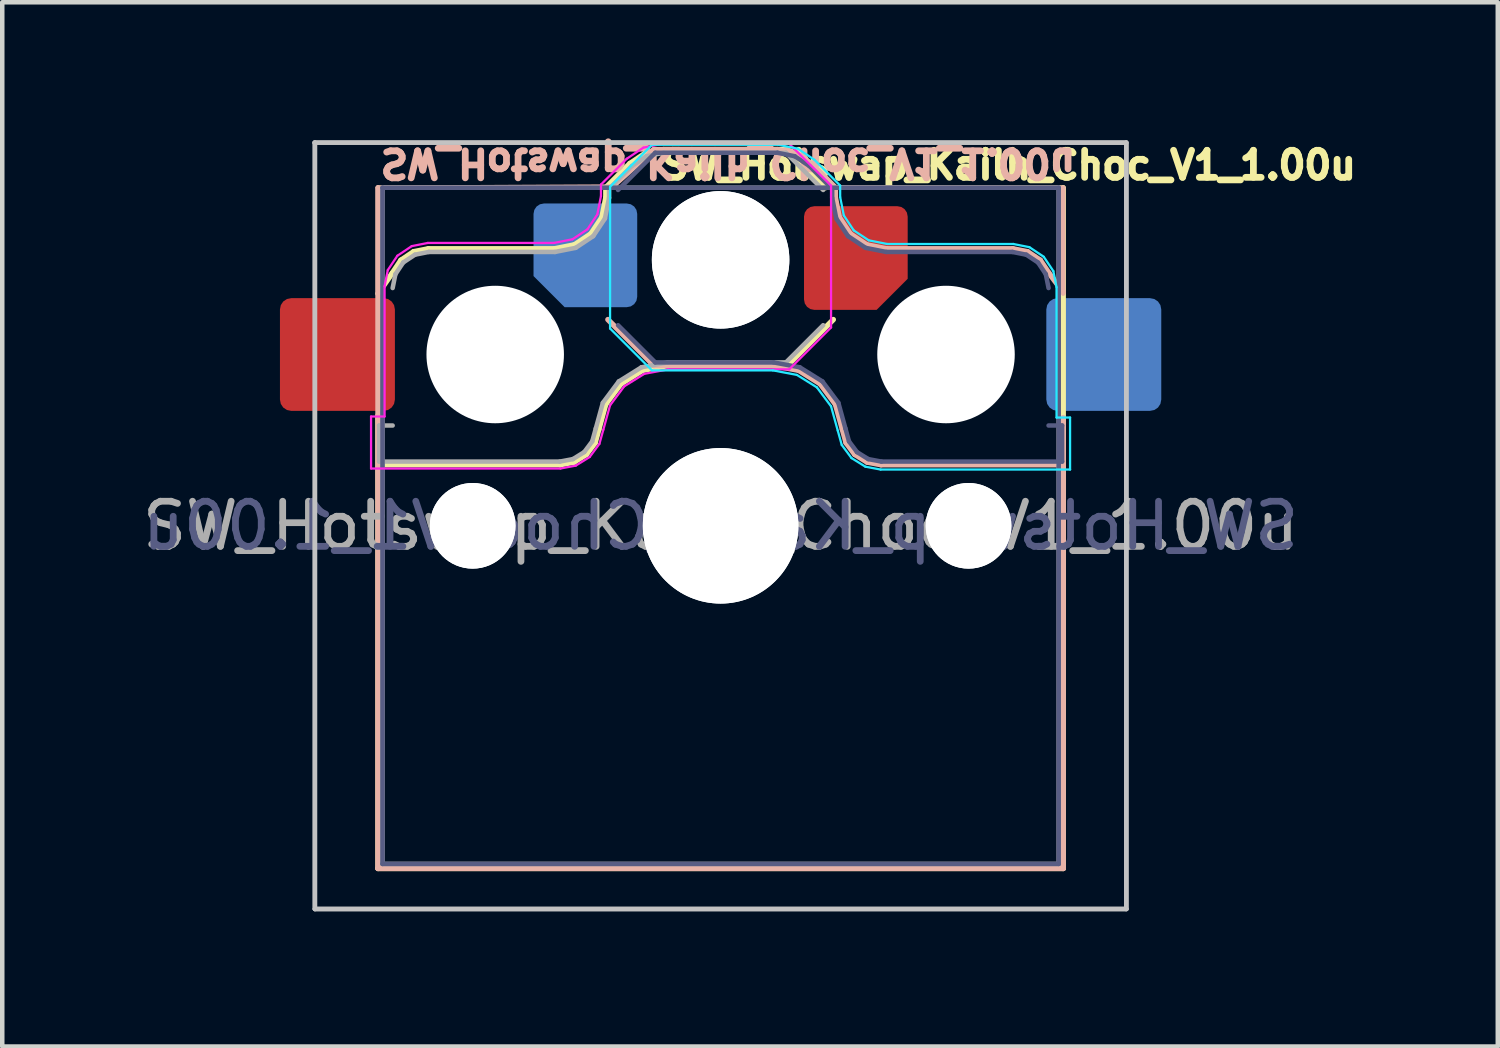
<source format=kicad_pcb>
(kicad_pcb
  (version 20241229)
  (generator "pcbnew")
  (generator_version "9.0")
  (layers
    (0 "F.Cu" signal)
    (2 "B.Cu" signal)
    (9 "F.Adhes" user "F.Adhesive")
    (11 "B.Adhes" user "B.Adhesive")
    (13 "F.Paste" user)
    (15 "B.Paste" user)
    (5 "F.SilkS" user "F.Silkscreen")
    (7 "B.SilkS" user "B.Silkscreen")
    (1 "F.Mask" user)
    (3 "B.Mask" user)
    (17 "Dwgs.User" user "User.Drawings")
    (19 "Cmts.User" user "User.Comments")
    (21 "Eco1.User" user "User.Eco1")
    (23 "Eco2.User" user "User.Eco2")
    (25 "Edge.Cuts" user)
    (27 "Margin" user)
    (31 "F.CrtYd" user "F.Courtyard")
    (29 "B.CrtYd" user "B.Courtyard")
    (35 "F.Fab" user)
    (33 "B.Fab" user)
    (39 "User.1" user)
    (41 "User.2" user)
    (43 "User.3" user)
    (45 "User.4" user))
  (footprint "SW_Hotswap_Kailh_Choc_V1_1.00u"
    (layer "F.Cu")
    (at 12.935 8.614)
    (property "Reference" "SW_Hotswap_Kailh_Choc_V1_1.00u" (at 6.39 -8 0) (layer "F.SilkS") (effects (font (size 0.6 0.6) (thickness 0.15))))
    (attr smd)
    (fp_line (start -7.6 -5.15) (end -7.6 -7.5) (stroke (width 0.1) (type default)) (layer "F.SilkS"))
    (fp_line (start -7.6 -2.45) (end -7.6 7.6) (stroke (width 0.12) (type solid)) (layer "F.SilkS"))
    (fp_line (start -7.6 7.6) (end 7.6 7.6) (stroke (width 0.12) (type solid)) (layer "F.SilkS"))
    (fp_line (start -7.575 -1.354) (end -3.56 -1.354) (stroke (width 0.12) (type solid)) (layer "F.SilkS"))
    (fp_line (start -7.281 -5.609) (end -7.6 -5.15) (stroke (width 0.12) (type solid)) (layer "F.SilkS"))
    (fp_line (start -7.092 -5.892) (end -7.281 -5.609) (stroke (width 0.12) (type solid)) (layer "F.SilkS"))
    (fp_line (start -6.809 -6.081) (end -7.092 -5.892) (stroke (width 0.12) (type solid)) (layer "F.SilkS"))
    (fp_line (start -6.482 -6.146) (end -6.809 -6.081) (stroke (width 0.12) (type solid)) (layer "F.SilkS"))
    (fp_line (start -3.682 -6.146) (end -6.482 -6.146) (stroke (width 0.12) (type solid)) (layer "F.SilkS"))
    (fp_line (start -3.56 -1.354) (end -3.25 -1.413) (stroke (width 0.12) (type solid)) (layer "F.SilkS"))
    (fp_line (start -3.25 -1.413) (end -2.976 -1.583) (stroke (width 0.12) (type solid)) (layer "F.SilkS"))
    (fp_line (start -3.244 -6.233) (end -3.682 -6.146) (stroke (width 0.12) (type solid)) (layer "F.SilkS"))
    (fp_line (start -2.976 -1.583) (end -2.783 -1.841) (stroke (width 0.12) (type solid)) (layer "F.SilkS"))
    (fp_line (start -2.877 -6.477) (end -3.244 -6.233) (stroke (width 0.12) (type solid)) (layer "F.SilkS"))
    (fp_line (start -2.783 -1.841) (end -2.701 -2.139) (stroke (width 0.12) (type solid)) (layer "F.SilkS"))
    (fp_line (start -2.701 -2.139) (end -2.547 -2.697) (stroke (width 0.12) (type solid)) (layer "F.SilkS"))
    (fp_line (start -2.633 -6.844) (end -2.877 -6.477) (stroke (width 0.12) (type solid)) (layer "F.SilkS"))
    (fp_line (start -2.547 -2.697) (end -2.209 -3.15) (stroke (width 0.12) (type solid)) (layer "F.SilkS"))
    (fp_line (start -2.546 -7.504) (end -7.6 -7.5) (stroke (width 0.1) (type default)) (layer "F.SilkS"))
    (fp_line (start -2.546 -7.504) (end -2.546 -7.282) (stroke (width 0.12) (type solid)) (layer "F.SilkS"))
    (fp_line (start -2.546 -7.282) (end -2.633 -6.844) (stroke (width 0.12) (type solid)) (layer "F.SilkS"))
    (fp_line (start -2.209 -3.15) (end -1.73 -3.449) (stroke (width 0.12) (type solid)) (layer "F.SilkS"))
    (fp_line (start -2.013 -8.037) (end -2.546 -7.504) (stroke (width 0.12) (type solid)) (layer "F.SilkS"))
    (fp_line (start -1.73 -3.449) (end -1.168 -3.554) (stroke (width 0.12) (type solid)) (layer "F.SilkS"))
    (fp_line (start -1.671 -8.266) (end -2.013 -8.037) (stroke (width 0.12) (type solid)) (layer "F.SilkS"))
    (fp_line (start -1.268 -8.346) (end -1.671 -8.266) (stroke (width 0.12) (type solid)) (layer "F.SilkS"))
    (fp_line (start -1.168 -3.554) (end 1.479 -3.554) (stroke (width 0.12) (type solid)) (layer "F.SilkS"))
    (fp_line (start 1.479 -8.346) (end -1.268 -8.346) (stroke (width 0.12) (type solid)) (layer "F.SilkS"))
    (fp_line (start 1.479 -3.554) (end 2.5 -4.575) (stroke (width 0.12) (type solid)) (layer "F.SilkS"))
    (fp_line (start 2.325 -7.5) (end 1.479 -8.346) (stroke (width 0.12) (type solid)) (layer "F.SilkS"))
    (fp_line (start 7.6 -7.5) (end 2.325 -7.5) (stroke (width 0.1) (type default)) (layer "F.SilkS"))
    (fp_line (start 7.6 7.6) (end 7.6 -7.5) (stroke (width 0.12) (type solid)) (layer "F.SilkS"))
    (fp_line (start -7.6 7.6) (end -7.6 -7.5) (stroke (width 0.12) (type solid)) (layer "B.SilkS"))
    (fp_line (start -2.4 -7.525) (end -7.6 -7.5) (stroke (width 0.1) (type default)) (layer "B.SilkS"))
    (fp_line (start -2.4 -7.525) (end -1.479 -8.346) (stroke (width 0.12) (type solid)) (layer "B.SilkS"))
    (fp_line (start -1.479 -3.554) (end -2.5 -4.575) (stroke (width 0.12) (type solid)) (layer "B.SilkS"))
    (fp_line (start -1.479 -8.346) (end 1.268 -8.346) (stroke (width 0.12) (type solid)) (layer "B.SilkS"))
    (fp_line (start 1.168 -3.554) (end -1.479 -3.554) (stroke (width 0.12) (type solid)) (layer "B.SilkS"))
    (fp_line (start 1.268 -8.346) (end 1.671 -8.266) (stroke (width 0.12) (type solid)) (layer "B.SilkS"))
    (fp_line (start 1.671 -8.266) (end 2.013 -8.037) (stroke (width 0.12) (type solid)) (layer "B.SilkS"))
    (fp_line (start 1.73 -3.449) (end 1.168 -3.554) (stroke (width 0.12) (type solid)) (layer "B.SilkS"))
    (fp_line (start 2.013 -8.037) (end 2.546 -7.504) (stroke (width 0.12) (type solid)) (layer "B.SilkS"))
    (fp_line (start 2.209 -3.15) (end 1.73 -3.449) (stroke (width 0.12) (type solid)) (layer "B.SilkS"))
    (fp_line (start 2.546 -7.504) (end 2.546 -7.282) (stroke (width 0.12) (type solid)) (layer "B.SilkS"))
    (fp_line (start 2.546 -7.282) (end 2.633 -6.844) (stroke (width 0.12) (type solid)) (layer "B.SilkS"))
    (fp_line (start 2.547 -2.697) (end 2.209 -3.15) (stroke (width 0.12) (type solid)) (layer "B.SilkS"))
    (fp_line (start 2.633 -6.844) (end 2.877 -6.477) (stroke (width 0.12) (type solid)) (layer "B.SilkS"))
    (fp_line (start 2.701 -2.139) (end 2.547 -2.697) (stroke (width 0.12) (type solid)) (layer "B.SilkS"))
    (fp_line (start 2.783 -1.841) (end 2.701 -2.139) (stroke (width 0.12) (type solid)) (layer "B.SilkS"))
    (fp_line (start 2.877 -6.477) (end 3.244 -6.233) (stroke (width 0.12) (type solid)) (layer "B.SilkS"))
    (fp_line (start 2.976 -1.583) (end 2.783 -1.841) (stroke (width 0.12) (type solid)) (layer "B.SilkS"))
    (fp_line (start 3.244 -6.233) (end 3.682 -6.146) (stroke (width 0.12) (type solid)) (layer "B.SilkS"))
    (fp_line (start 3.25 -1.413) (end 2.976 -1.583) (stroke (width 0.12) (type solid)) (layer "B.SilkS"))
    (fp_line (start 3.56 -1.354) (end 3.25 -1.413) (stroke (width 0.12) (type solid)) (layer "B.SilkS"))
    (fp_line (start 3.682 -6.146) (end 6.482 -6.146) (stroke (width 0.12) (type solid)) (layer "B.SilkS"))
    (fp_line (start 6.482 -6.146) (end 6.809 -6.081) (stroke (width 0.12) (type solid)) (layer "B.SilkS"))
    (fp_line (start 6.809 -6.081) (end 7.092 -5.892) (stroke (width 0.12) (type solid)) (layer "B.SilkS"))
    (fp_line (start 7.092 -5.892) (end 7.281 -5.609) (stroke (width 0.12) (type solid)) (layer "B.SilkS"))
    (fp_line (start 7.281 -5.609) (end 7.6 -5.182) (stroke (width 0.12) (type solid)) (layer "B.SilkS"))
    (fp_line (start 7.6 -7.5) (end 2.546 -7.504) (stroke (width 0.1) (type default)) (layer "B.SilkS"))
    (fp_line (start 7.6 -5.15) (end 7.6 -7.5) (stroke (width 0.1) (type default)) (layer "B.SilkS"))
    (fp_line (start 7.6 -2.4) (end 7.6 7.6) (stroke (width 0.12) (type solid)) (layer "B.SilkS"))
    (fp_line (start 7.6 -1.354) (end 3.56 -1.354) (stroke (width 0.12) (type solid)) (layer "B.SilkS"))
    (fp_line (start 7.6 7.6) (end -7.6 7.6) (stroke (width 0.12) (type solid)) (layer "B.SilkS"))
    (fp_line (start -9 -8.5) (end -9 8.5) (stroke (width 0.1) (type solid)) (layer "Dwgs.User"))
    (fp_line (start -9 8.5) (end -9 -8.5) (stroke (width 0.1) (type solid)) (layer "Dwgs.User"))
    (fp_line (start -9 8.5) (end 9 8.5) (stroke (width 0.1) (type solid)) (layer "Dwgs.User"))
    (fp_line (start 8.99 -8.5) (end -9.01 -8.5) (stroke (width 0.1) (type solid)) (layer "Dwgs.User"))
    (fp_line (start 9 -8.5) (end -9 -8.5) (stroke (width 0.1) (type solid)) (layer "Dwgs.User"))
    (fp_line (start 9 -8.5) (end 9 8.5) (stroke (width 0.1) (type solid)) (layer "Dwgs.User"))
    (fp_line (start 9 8.5) (end -9 8.5) (stroke (width 0.1) (type solid)) (layer "Dwgs.User"))
    (fp_line (start 9 8.5) (end 9 -8.5) (stroke (width 0.1) (type solid)) (layer "Dwgs.User"))
    (fp_line (start -7.25 -7.25) (end -7.25 7.25) (stroke (width 0.1) (type solid)) (layer "Eco1.User"))
    (fp_line (start -7.25 -7.25) (end 7.25 -7.25) (stroke (width 0.1) (type solid)) (layer "Eco1.User"))
    (fp_line (start -7.25 7.25) (end -7.25 -7.25) (stroke (width 0.1) (type solid)) (layer "Eco1.User"))
    (fp_line (start -7.25 7.25) (end 7.25 7.25) (stroke (width 0.1) (type solid)) (layer "Eco1.User"))
    (fp_line (start 7.25 -7.25) (end -7.25 -7.25) (stroke (width 0.1) (type solid)) (layer "Eco1.User"))
    (fp_line (start 7.25 -7.25) (end 7.25 7.25) (stroke (width 0.1) (type solid)) (layer "Eco1.User"))
    (fp_line (start 7.25 7.25) (end -7.25 7.25) (stroke (width 0.1) (type solid)) (layer "Eco1.User"))
    (fp_line (start 7.25 7.25) (end 7.25 -7.25) (stroke (width 0.1) (type solid)) (layer "Eco1.User"))
    (fp_line (start -2.452 -7.523) (end -1.523 -8.452) (stroke (width 0.05) (type solid)) (layer "B.CrtYd"))
    (fp_line (start -2.452 -4.377) (end -2.452 -7.523) (stroke (width 0.05) (type solid)) (layer "B.CrtYd"))
    (fp_line (start -1.523 -8.452) (end 1.278 -8.452) (stroke (width 0.05) (type solid)) (layer "B.CrtYd"))
    (fp_line (start -1.523 -3.448) (end -2.452 -4.377) (stroke (width 0.05) (type solid)) (layer "B.CrtYd"))
    (fp_line (start 1.159 -3.448) (end -1.523 -3.448) (stroke (width 0.05) (type solid)) (layer "B.CrtYd"))
    (fp_line (start 1.278 -8.452) (end 1.712 -8.366) (stroke (width 0.05) (type solid)) (layer "B.CrtYd"))
    (fp_line (start 1.691 -3.348) (end 1.159 -3.448) (stroke (width 0.05) (type solid)) (layer "B.CrtYd"))
    (fp_line (start 1.712 -8.366) (end 2.081 -8.119) (stroke (width 0.05) (type solid)) (layer "B.CrtYd"))
    (fp_line (start 2.081 -8.119) (end 2.652 -7.548) (stroke (width 0.05) (type solid)) (layer "B.CrtYd"))
    (fp_line (start 2.136 -3.071) (end 1.691 -3.348) (stroke (width 0.05) (type solid)) (layer "B.CrtYd"))
    (fp_line (start 2.45 -2.65) (end 2.136 -3.071) (stroke (width 0.05) (type solid)) (layer "B.CrtYd"))
    (fp_line (start 2.599 -2.111) (end 2.45 -2.65) (stroke (width 0.05) (type solid)) (layer "B.CrtYd"))
    (fp_line (start 2.652 -7.548) (end 2.652 -7.292) (stroke (width 0.05) (type solid)) (layer "B.CrtYd"))
    (fp_line (start 2.652 -7.292) (end 2.733 -6.885) (stroke (width 0.05) (type solid)) (layer "B.CrtYd"))
    (fp_line (start 2.687 -1.794) (end 2.599 -2.111) (stroke (width 0.05) (type solid)) (layer "B.CrtYd"))
    (fp_line (start 2.733 -6.885) (end 2.953 -6.553) (stroke (width 0.05) (type solid)) (layer "B.CrtYd"))
    (fp_line (start 2.903 -1.503) (end 2.687 -1.794) (stroke (width 0.05) (type solid)) (layer "B.CrtYd"))
    (fp_line (start 2.953 -6.553) (end 3.285 -6.333) (stroke (width 0.05) (type solid)) (layer "B.CrtYd"))
    (fp_line (start 3.211 -1.312) (end 2.903 -1.503) (stroke (width 0.05) (type solid)) (layer "B.CrtYd"))
    (fp_line (start 3.285 -6.333) (end 3.692 -6.252) (stroke (width 0.05) (type solid)) (layer "B.CrtYd"))
    (fp_line (start 3.55 -1.248) (end 3.211 -1.312) (stroke (width 0.05) (type solid)) (layer "B.CrtYd"))
    (fp_line (start 3.692 -6.252) (end 6.492 -6.252) (stroke (width 0.05) (type solid)) (layer "B.CrtYd"))
    (fp_line (start 6.492 -6.252) (end 6.85 -6.181) (stroke (width 0.05) (type solid)) (layer "B.CrtYd"))
    (fp_line (start 6.85 -6.181) (end 7.168 -5.968) (stroke (width 0.05) (type solid)) (layer "B.CrtYd"))
    (fp_line (start 7.168 -5.968) (end 7.381 -5.65) (stroke (width 0.05) (type solid)) (layer "B.CrtYd"))
    (fp_line (start 7.381 -5.65) (end 7.452 -5.292) (stroke (width 0.05) (type solid)) (layer "B.CrtYd"))
    (fp_line (start 7.452 -5.292) (end 7.452 -2.402) (stroke (width 0.05) (type solid)) (layer "B.CrtYd"))
    (fp_line (start 7.452 -2.402) (end 7.752 -2.402) (stroke (width 0.05) (type solid)) (layer "B.CrtYd"))
    (fp_line (start 7.752 -2.402) (end 7.752 -1.248) (stroke (width 0.05) (type solid)) (layer "B.CrtYd"))
    (fp_line (start 7.752 -1.248) (end 3.55 -1.248) (stroke (width 0.05) (type solid)) (layer "B.CrtYd"))
    (fp_line (start -7.754 -2.425) (end -7.754 -1.271) (stroke (width 0.05) (type solid)) (layer "F.CrtYd"))
    (fp_line (start -7.754 -1.271) (end -3.552 -1.271) (stroke (width 0.05) (type solid)) (layer "F.CrtYd"))
    (fp_line (start -7.454 -5.315) (end -7.454 -2.425) (stroke (width 0.05) (type solid)) (layer "F.CrtYd"))
    (fp_line (start -7.454 -2.425) (end -7.754 -2.425) (stroke (width 0.05) (type solid)) (layer "F.CrtYd"))
    (fp_line (start -7.383 -5.673) (end -7.454 -5.315) (stroke (width 0.05) (type solid)) (layer "F.CrtYd"))
    (fp_line (start -7.17 -5.991) (end -7.383 -5.673) (stroke (width 0.05) (type solid)) (layer "F.CrtYd"))
    (fp_line (start -6.852 -6.204) (end -7.17 -5.991) (stroke (width 0.05) (type solid)) (layer "F.CrtYd"))
    (fp_line (start -6.494 -6.275) (end -6.852 -6.204) (stroke (width 0.05) (type solid)) (layer "F.CrtYd"))
    (fp_line (start -3.694 -6.275) (end -6.494 -6.275) (stroke (width 0.05) (type solid)) (layer "F.CrtYd"))
    (fp_line (start -3.552 -1.271) (end -3.213 -1.335) (stroke (width 0.05) (type solid)) (layer "F.CrtYd"))
    (fp_line (start -3.287 -6.356) (end -3.694 -6.275) (stroke (width 0.05) (type solid)) (layer "F.CrtYd"))
    (fp_line (start -3.213 -1.335) (end -2.905 -1.526) (stroke (width 0.05) (type solid)) (layer "F.CrtYd"))
    (fp_line (start -2.955 -6.576) (end -3.287 -6.356) (stroke (width 0.05) (type solid)) (layer "F.CrtYd"))
    (fp_line (start -2.905 -1.526) (end -2.689 -1.817) (stroke (width 0.05) (type solid)) (layer "F.CrtYd"))
    (fp_line (start -2.735 -6.908) (end -2.955 -6.576) (stroke (width 0.05) (type solid)) (layer "F.CrtYd"))
    (fp_line (start -2.689 -1.817) (end -2.601 -2.134) (stroke (width 0.05) (type solid)) (layer "F.CrtYd"))
    (fp_line (start -2.654 -7.571) (end -2.654 -7.315) (stroke (width 0.05) (type solid)) (layer "F.CrtYd"))
    (fp_line (start -2.654 -7.315) (end -2.735 -6.908) (stroke (width 0.05) (type solid)) (layer "F.CrtYd"))
    (fp_line (start -2.601 -2.134) (end -2.452 -2.673) (stroke (width 0.05) (type solid)) (layer "F.CrtYd"))
    (fp_line (start -2.452 -2.673) (end -2.138 -3.094) (stroke (width 0.05) (type solid)) (layer "F.CrtYd"))
    (fp_line (start -2.138 -3.094) (end -1.693 -3.371) (stroke (width 0.05) (type solid)) (layer "F.CrtYd"))
    (fp_line (start -2.083 -8.142) (end -2.654 -7.571) (stroke (width 0.05) (type solid)) (layer "F.CrtYd"))
    (fp_line (start -1.714 -8.389) (end -2.083 -8.142) (stroke (width 0.05) (type solid)) (layer "F.CrtYd"))
    (fp_line (start -1.693 -3.371) (end -1.161 -3.471) (stroke (width 0.05) (type solid)) (layer "F.CrtYd"))
    (fp_line (start -1.28 -8.475) (end -1.714 -8.389) (stroke (width 0.05) (type solid)) (layer "F.CrtYd"))
    (fp_line (start -1.161 -3.471) (end 1.521 -3.471) (stroke (width 0.05) (type solid)) (layer "F.CrtYd"))
    (fp_line (start 1.521 -8.475) (end -1.28 -8.475) (stroke (width 0.05) (type solid)) (layer "F.CrtYd"))
    (fp_line (start 1.521 -3.471) (end 2.45 -4.4) (stroke (width 0.05) (type solid)) (layer "F.CrtYd"))
    (fp_line (start 2.45 -7.546) (end 1.521 -8.475) (stroke (width 0.05) (type solid)) (layer "F.CrtYd"))
    (fp_line (start 2.45 -4.4) (end 2.45 -7.546) (stroke (width 0.05) (type solid)) (layer "F.CrtYd"))
    (fp_line (start -7.5 7.5) (end -7.5 -7.5) (stroke (width 0.1) (type solid)) (layer "B.Fab"))
    (fp_line (start -7.5 -7.5) (end 7.5 -7.5) (stroke (width 0.1) (type solid)) (layer "B.Fab"))
    (fp_line (start -2.275 -7.45) (end -1.45 -8.275) (stroke (width 0.1) (type solid)) (layer "B.Fab"))
    (fp_line (start -1.45 -8.275) (end 1.261 -8.275) (stroke (width 0.1) (type solid)) (layer "B.Fab"))
    (fp_line (start -1.45 -3.625) (end -2.275 -4.45) (stroke (width 0.1) (type solid)) (layer "B.Fab"))
    (fp_line (start 1.175 -3.625) (end -1.45 -3.625) (stroke (width 0.1) (type solid)) (layer "B.Fab"))
    (fp_line (start 1.261 -8.275) (end 1.643 -8.199) (stroke (width 0.1) (type solid)) (layer "B.Fab"))
    (fp_line (start 1.643 -8.199) (end 1.968 -7.982) (stroke (width 0.1) (type solid)) (layer "B.Fab"))
    (fp_line (start 1.756 -3.516) (end 1.175 -3.625) (stroke (width 0.1) (type solid)) (layer "B.Fab"))
    (fp_line (start 1.968 -7.982) (end 2.475 -7.475) (stroke (width 0.1) (type solid)) (layer "B.Fab"))
    (fp_line (start 2.258 -3.203) (end 1.756 -3.516) (stroke (width 0.1) (type solid)) (layer "B.Fab"))
    (fp_line (start 2.475 -7.475) (end 2.475 -7.275) (stroke (width 0.1) (type solid)) (layer "B.Fab"))
    (fp_line (start 2.475 -7.275) (end 2.566 -6.816) (stroke (width 0.1) (type solid)) (layer "B.Fab"))
    (fp_line (start 2.566 -6.816) (end 2.826 -6.426) (stroke (width 0.1) (type solid)) (layer "B.Fab"))
    (fp_line (start 2.612 -2.729) (end 2.258 -3.203) (stroke (width 0.1) (type solid)) (layer "B.Fab"))
    (fp_line (start 2.769 -2.158) (end 2.612 -2.729) (stroke (width 0.1) (type solid)) (layer "B.Fab"))
    (fp_line (start 2.826 -6.426) (end 3.216 -6.166) (stroke (width 0.1) (type solid)) (layer "B.Fab"))
    (fp_line (start 2.848 -1.873) (end 2.769 -2.158) (stroke (width 0.1) (type solid)) (layer "B.Fab"))
    (fp_line (start 3.025 -1.636) (end 2.848 -1.873) (stroke (width 0.1) (type solid)) (layer "B.Fab"))
    (fp_line (start 3.216 -6.166) (end 3.675 -6.075) (stroke (width 0.1) (type solid)) (layer "B.Fab"))
    (fp_line (start 3.276 -1.48) (end 3.025 -1.636) (stroke (width 0.1) (type solid)) (layer "B.Fab"))
    (fp_line (start 3.567 -1.425) (end 3.276 -1.48) (stroke (width 0.1) (type solid)) (layer "B.Fab"))
    (fp_line (start 3.675 -6.075) (end 6.475 -6.075) (stroke (width 0.1) (type solid)) (layer "B.Fab"))
    (fp_line (start 6.475 -6.075) (end 6.781 -6.014) (stroke (width 0.1) (type solid)) (layer "B.Fab"))
    (fp_line (start 6.781 -6.014) (end 7.041 -5.841) (stroke (width 0.1) (type solid)) (layer "B.Fab"))
    (fp_line (start 7.041 -5.841) (end 7.214 -5.581) (stroke (width 0.1) (type solid)) (layer "B.Fab"))
    (fp_line (start 7.214 -5.581) (end 7.275 -5.275) (stroke (width 0.1) (type solid)) (layer "B.Fab"))
    (fp_line (start 7.275 -2.225) (end 7.575 -2.225) (stroke (width 0.1) (type solid)) (layer "B.Fab"))
    (fp_line (start 7.5 7.5) (end -7.5 7.5) (stroke (width 0.1) (type solid)) (layer "B.Fab"))
    (fp_line (start 7.5 -7.5) (end 7.5 7.5) (stroke (width 0.1) (type solid)) (layer "B.Fab"))
    (fp_line (start 7.575 -2.225) (end 7.575 -1.425) (stroke (width 0.1) (type solid)) (layer "B.Fab"))
    (fp_line (start 7.575 -1.425) (end 3.567 -1.425) (stroke (width 0.1) (type solid)) (layer "B.Fab"))
    (fp_line (start -7.575 -1.425) (end -3.567 -1.425) (stroke (width 0.1) (type solid)) (layer "F.Fab"))
    (fp_line (start -7.575 -2.225) (end -7.575 -1.425) (stroke (width 0.1) (type solid)) (layer "F.Fab"))
    (fp_line (start -7.5 7.5) (end 7.5 7.5) (stroke (width 0.1) (type solid)) (layer "F.Fab"))
    (fp_line (start -7.5 -7.5) (end -7.5 7.5) (stroke (width 0.1) (type solid)) (layer "F.Fab"))
    (fp_line (start -7.275 -2.225) (end -7.575 -2.225) (stroke (width 0.1) (type solid)) (layer "F.Fab"))
    (fp_line (start -7.214 -5.581) (end -7.275 -5.275) (stroke (width 0.1) (type solid)) (layer "F.Fab"))
    (fp_line (start -7.041 -5.841) (end -7.214 -5.581) (stroke (width 0.1) (type solid)) (layer "F.Fab"))
    (fp_line (start -6.781 -6.014) (end -7.041 -5.841) (stroke (width 0.1) (type solid)) (layer "F.Fab"))
    (fp_line (start -6.475 -6.075) (end -6.781 -6.014) (stroke (width 0.1) (type solid)) (layer "F.Fab"))
    (fp_line (start -3.675 -6.075) (end -6.475 -6.075) (stroke (width 0.1) (type solid)) (layer "F.Fab"))
    (fp_line (start -3.567 -1.425) (end -3.276 -1.48) (stroke (width 0.1) (type solid)) (layer "F.Fab"))
    (fp_line (start -3.276 -1.48) (end -3.025 -1.636) (stroke (width 0.1) (type solid)) (layer "F.Fab"))
    (fp_line (start -3.216 -6.166) (end -3.675 -6.075) (stroke (width 0.1) (type solid)) (layer "F.Fab"))
    (fp_line (start -3.025 -1.636) (end -2.848 -1.873) (stroke (width 0.1) (type solid)) (layer "F.Fab"))
    (fp_line (start -2.848 -1.873) (end -2.769 -2.158) (stroke (width 0.1) (type solid)) (layer "F.Fab"))
    (fp_line (start -2.826 -6.426) (end -3.216 -6.166) (stroke (width 0.1) (type solid)) (layer "F.Fab"))
    (fp_line (start -2.769 -2.158) (end -2.612 -2.729) (stroke (width 0.1) (type solid)) (layer "F.Fab"))
    (fp_line (start -2.612 -2.729) (end -2.258 -3.203) (stroke (width 0.1) (type solid)) (layer "F.Fab"))
    (fp_line (start -2.566 -6.816) (end -2.826 -6.426) (stroke (width 0.1) (type solid)) (layer "F.Fab"))
    (fp_line (start -2.475 -7.475) (end -2.475 -7.275) (stroke (width 0.1) (type solid)) (layer "F.Fab"))
    (fp_line (start -2.475 -7.275) (end -2.566 -6.816) (stroke (width 0.1) (type solid)) (layer "F.Fab"))
    (fp_line (start -2.258 -3.203) (end -1.756 -3.516) (stroke (width 0.1) (type solid)) (layer "F.Fab"))
    (fp_line (start -1.968 -7.982) (end -2.475 -7.475) (stroke (width 0.1) (type solid)) (layer "F.Fab"))
    (fp_line (start -1.756 -3.516) (end -1.175 -3.625) (stroke (width 0.1) (type solid)) (layer "F.Fab"))
    (fp_line (start -1.643 -8.199) (end -1.968 -7.982) (stroke (width 0.1) (type solid)) (layer "F.Fab"))
    (fp_line (start -1.261 -8.275) (end -1.643 -8.199) (stroke (width 0.1) (type solid)) (layer "F.Fab"))
    (fp_line (start -1.175 -3.625) (end 1.45 -3.625) (stroke (width 0.1) (type solid)) (layer "F.Fab"))
    (fp_line (start 1.45 -8.275) (end -1.261 -8.275) (stroke (width 0.1) (type solid)) (layer "F.Fab"))
    (fp_line (start 1.45 -3.625) (end 2.275 -4.45) (stroke (width 0.1) (type solid)) (layer "F.Fab"))
    (fp_line (start 2.275 -7.45) (end 1.45 -8.275) (stroke (width 0.1) (type solid)) (layer "F.Fab"))
    (fp_line (start 7.5 7.5) (end 7.5 -7.5) (stroke (width 0.1) (type solid)) (layer "F.Fab"))
    (fp_line (start 7.5 -7.5) (end -7.5 -7.5) (stroke (width 0.1) (type solid)) (layer "F.Fab"))
    (fp_text user "${REFERENCE}" (at -7.62 -8.4 180) (unlocked yes) (layer "B.SilkS") (effects (font (size 0.6 0.6) (thickness 0.15) (bold yes)) (justify left bottom mirror)))
    (fp_text user "${REFERENCE}" (at 0 0 0) (layer "B.Fab") (effects (font (size 1 1) (thickness 0.15)) (justify mirror)))
    (fp_text user "${REFERENCE}" (at 0 0 0) (layer "F.Fab") (effects (font (size 1 1) (thickness 0.15))))
    (pad "" np_thru_hole circle (at -5.5 0) (size 1.9 1.9) (drill 1.9) (layers "*.Cu" "*.Mask"))
    (pad "" np_thru_hole circle (at -5.5 0) (size 1.9 1.9) (drill 1.9) (layers "*.Cu" "*.Mask"))
    (pad "" np_thru_hole circle (at -5 -3.8) (size 3.05 3.05) (drill 3.05) (layers "*.Cu" "*.Mask"))
    (pad "" np_thru_hole circle (at 0 -5.9) (size 3.05 3.05) (drill 3.05) (layers "*.Cu" "*.Mask"))
    (pad "" np_thru_hole circle (at 0 -5.9) (size 3.05 3.05) (drill 3.05) (layers "*.Cu" "*.Mask"))
    (pad "" np_thru_hole circle (at 0 0) (size 3.45 3.45) (drill 3.45) (layers "*.Cu" "*.Mask"))
    (pad "" np_thru_hole circle (at 0 0) (size 3.45 3.45) (drill 3.45) (layers "*.Cu" "*.Mask"))
    (pad "" np_thru_hole circle (at 5 -3.8) (size 3.05 3.05) (drill 3.05) (layers "*.Cu" "*.Mask"))
    (pad "" np_thru_hole circle (at 5.5 0) (size 1.9 1.9) (drill 1.9) (layers "*.Cu" "*.Mask"))
    (pad "" np_thru_hole circle (at 5.5 0) (size 1.9 1.9) (drill 1.9) (layers "*.Cu" "*.Mask"))
    (pad "1" smd roundrect (at -3 -6) (size 2.3 2.3) (layers "B.Cu" "B.Mask" "B.Paste") (roundrect_rratio 0.1) (chamfer_ratio 0.3) (chamfer bottom_left))
    (pad "1" smd roundrect (at 3 -5.94) (size 2.3 2.3) (layers "F.Cu" "F.Mask" "F.Paste") (roundrect_rratio 0.1) (chamfer_ratio 0.3) (chamfer bottom_right))
    (pad "2" smd roundrect (at -8.5 -3.8) (size 2.55 2.5) (layers "F.Cu" "F.Mask" "F.Paste") (roundrect_rratio 0.1))
    (pad "2" smd roundrect (at 8.5 -3.8) (size 2.55 2.5) (layers "B.Cu" "B.Mask" "B.Paste") (roundrect_rratio 0.1)))
  (gr_rect
    (start -3 -3)
    (end 30.175 20.164)
    (stroke (width 0.1) (type default))
    (fill no)
    (layer "Edge.Cuts")))
</source>
